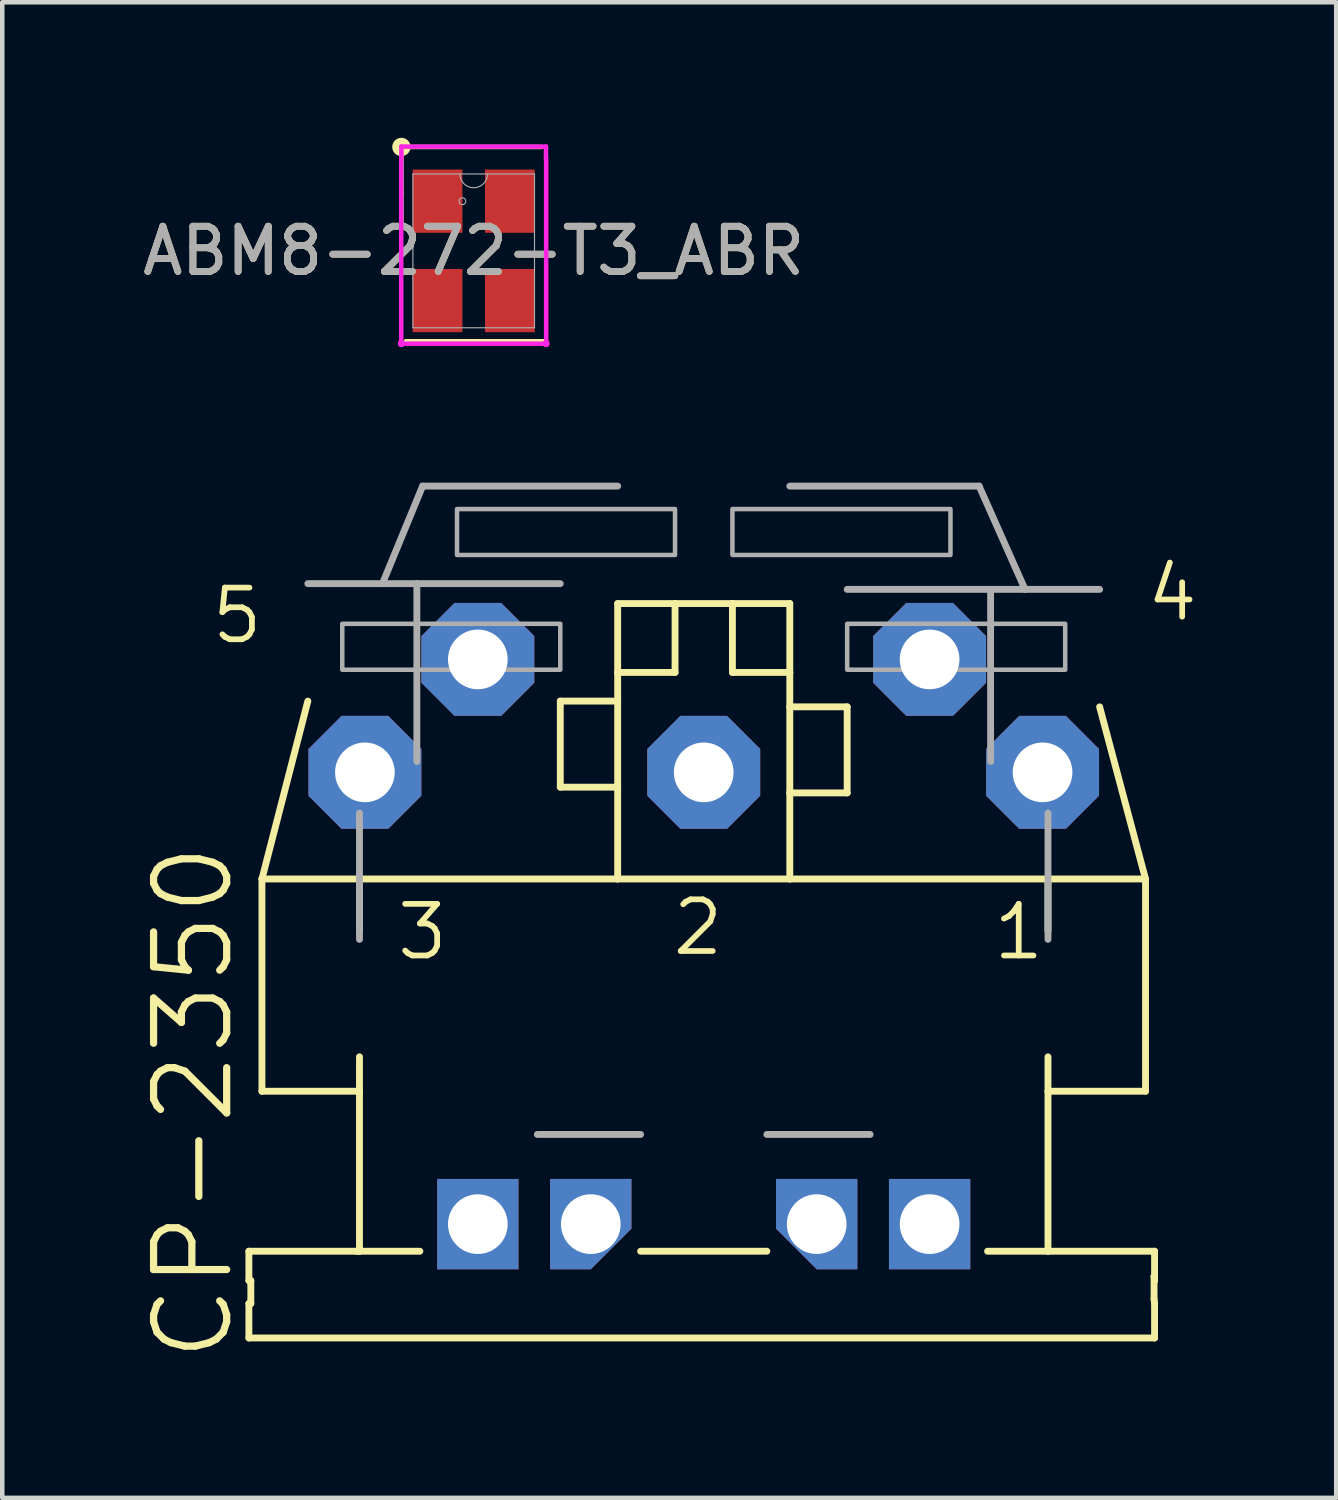
<source format=kicad_pcb>
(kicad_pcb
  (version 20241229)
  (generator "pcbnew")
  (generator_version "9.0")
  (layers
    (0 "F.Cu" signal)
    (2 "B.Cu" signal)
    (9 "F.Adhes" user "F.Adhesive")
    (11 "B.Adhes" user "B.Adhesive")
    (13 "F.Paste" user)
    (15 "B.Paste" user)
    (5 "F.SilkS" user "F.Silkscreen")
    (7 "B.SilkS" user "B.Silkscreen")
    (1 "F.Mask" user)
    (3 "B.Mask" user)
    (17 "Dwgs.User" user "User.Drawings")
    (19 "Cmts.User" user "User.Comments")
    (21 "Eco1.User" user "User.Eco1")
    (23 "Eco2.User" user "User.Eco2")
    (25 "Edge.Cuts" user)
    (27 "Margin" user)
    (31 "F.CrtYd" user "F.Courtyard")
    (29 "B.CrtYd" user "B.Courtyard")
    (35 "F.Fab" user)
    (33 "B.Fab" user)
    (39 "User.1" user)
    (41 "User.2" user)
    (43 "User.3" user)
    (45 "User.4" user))
  (footprint "ABM8-272-T3_ABR"
    (layer "F.Cu")
    (at 7.435 2.503)
    (property "Reference" "ABM8-272-T3_ABR" (at 0 0 0) (unlocked yes) (layer "F.SilkS") (effects (font (size 1 1) (thickness 0.15))))
    (attr smd)
    (fp_line (start -1.6 -2.3) (end -1.6 -1.3) (stroke (width 0.1) (type default)) (layer "F.SilkS"))
    (fp_line (start -1.6 -2.3) (end 1.5 -2.3) (stroke (width 0.1) (type default)) (layer "F.SilkS"))
    (fp_line (start -1.6 -1.3) (end -1.6 -0.5) (stroke (width 0.1) (type default)) (layer "F.SilkS"))
    (fp_line (start -1.5 2) (end 1.6 2) (stroke (width 0.1) (type default)) (layer "F.SilkS"))
    (fp_circle (center -1.6 -2.3) (end -1.473 -2.3) (stroke (width 0.152) (type solid)) (fill no) (layer "F.SilkS"))
    (fp_line (start -1.604 2.054) (end -1.604 -2.054) (stroke (width 0.1) (type solid)) (layer "F.CrtYd"))
    (fp_line (start -1.604 2.054) (end -1.6 2.054) (stroke (width 0.152) (type solid)) (layer "F.CrtYd"))
    (fp_line (start -1.6 -2.308) (end 1.6 -2.308) (stroke (width 0.1) (type solid)) (layer "F.CrtYd"))
    (fp_line (start -1.6 -2.054) (end -1.6 -2.308) (stroke (width 0.1) (type solid)) (layer "F.CrtYd"))
    (fp_line (start -1.6 2.054) (end -1.6 2.054) (stroke (width 0.152) (type solid)) (layer "F.CrtYd"))
    (fp_line (start 1.6 -2.308) (end 1.6 -2.054) (stroke (width 0.1) (type solid)) (layer "F.CrtYd"))
    (fp_line (start 1.6 2.054) (end -1.6 2.054) (stroke (width 0.1) (type solid)) (layer "F.CrtYd"))
    (fp_line (start 1.6 2.054) (end 1.6 2.054) (stroke (width 0.152) (type solid)) (layer "F.CrtYd"))
    (fp_line (start 1.604 -2.054) (end 1.604 2.054) (stroke (width 0.1) (type solid)) (layer "F.CrtYd"))
    (fp_line (start 1.604 2.054) (end 1.6 2.054) (stroke (width 0.152) (type solid)) (layer "F.CrtYd"))
    (fp_line (start -1.346 -1.702) (end -1.346 1.702) (stroke (width 0.025) (type solid)) (layer "F.Fab"))
    (fp_line (start -1.346 1.702) (end 1.346 1.702) (stroke (width 0.025) (type solid)) (layer "F.Fab"))
    (fp_line (start 1.346 -1.702) (end -1.346 -1.702) (stroke (width 0.025) (type solid)) (layer "F.Fab"))
    (fp_line (start 1.346 1.702) (end 1.346 -1.702) (stroke (width 0.025) (type solid)) (layer "F.Fab"))
    (fp_arc (start 0.3048 -1.7018) (mid 0 -1.397) (end -0.3048 -1.7018) (stroke (width 0.0254) (type solid)) (layer "F.Fab"))
    (fp_circle (center -0.25 -1.1) (end -0.174 -1.1) (stroke (width 0.025) (type solid)) (fill no) (layer "F.Fab"))
    (fp_text user "${REFERENCE}" (at 0 0 0) (unlocked yes) (layer "F.Fab") (effects (font (size 1 1) (thickness 0.15))))
    (pad "1" smd rect (at -0.8 -1.1) (size 1.1 1.4) (layers "F.Cu" "F.Mask" "F.Paste"))
    (pad "2" smd rect (at -0.8 1.1) (size 1.1 1.4) (layers "F.Cu" "F.Mask" "F.Paste"))
    (pad "3" smd rect (at 0.8 1.1) (size 1.1 1.4) (layers "F.Cu" "F.Mask" "F.Paste"))
    (pad "4" smd rect (at 0.8 -1.1) (size 1.1 1.4) (layers "F.Cu" "F.Mask" "F.Paste")))
  (footprint "CP-2350"
    (layer "F.Cu")
    (at 12.527 24.046)
    (property "Reference" "CP-2350" (at -11.3 -8.5 270) (layer "F.SilkS") (effects (font (size 1.618 1.618) (thickness 0.16)) (justify right)))
    (fp_line (start -10.068 1.25) (end -10.068 0.6) (stroke (width 0.152) (type solid)) (layer "F.SilkS"))
    (fp_line (start -10.068 1.25) (end -10.025 1.25) (stroke (width 0.152) (type solid)) (layer "F.SilkS"))
    (fp_line (start -10.068 2.52) (end -10.068 1.758) (stroke (width 0.152) (type solid)) (layer "F.SilkS"))
    (fp_line (start -10.068 2.52) (end 9.979 2.52) (stroke (width 0.152) (type solid)) (layer "F.SilkS"))
    (fp_line (start -10.025 1.758) (end -10.068 1.758) (stroke (width 0.152) (type solid)) (layer "F.SilkS"))
    (fp_line (start -10.025 1.758) (end -10.025 1.25) (stroke (width 0.152) (type solid)) (layer "F.SilkS"))
    (fp_line (start -9.779 -2.941) (end -9.779 -7.64) (stroke (width 0.152) (type solid)) (layer "F.SilkS"))
    (fp_line (start -9.779 -2.941) (end -7.62 -2.941) (stroke (width 0.152) (type solid)) (layer "F.SilkS"))
    (fp_line (start -8.763 -11.577) (end -9.779 -7.64) (stroke (width 0.152) (type solid)) (layer "F.SilkS"))
    (fp_line (start -7.693 0.6) (end -6.283 0.6) (stroke (width 0.152) (type solid)) (layer "F.SilkS"))
    (fp_line (start -7.62 -7.64) (end -9.779 -7.64) (stroke (width 0.152) (type solid)) (layer "F.SilkS"))
    (fp_line (start -7.62 -7.64) (end -7.62 -6.497) (stroke (width 0.152) (type solid)) (layer "F.SilkS"))
    (fp_line (start -7.62 -2.941) (end -7.62 -3.703) (stroke (width 0.152) (type solid)) (layer "F.SilkS"))
    (fp_line (start -7.62 0.6) (end -10.068 0.6) (stroke (width 0.152) (type solid)) (layer "F.SilkS"))
    (fp_line (start -7.62 0.6) (end -7.62 -2.941) (stroke (width 0.152) (type solid)) (layer "F.SilkS"))
    (fp_line (start -3.175 -11.577) (end -3.175 -9.672) (stroke (width 0.152) (type solid)) (layer "F.SilkS"))
    (fp_line (start -1.905 -13.736) (end -1.905 -12.212) (stroke (width 0.152) (type solid)) (layer "F.SilkS"))
    (fp_line (start -1.905 -12.212) (end -1.905 -11.577) (stroke (width 0.152) (type solid)) (layer "F.SilkS"))
    (fp_line (start -1.905 -12.212) (end -0.635 -12.212) (stroke (width 0.152) (type solid)) (layer "F.SilkS"))
    (fp_line (start -1.905 -11.577) (end -3.175 -11.577) (stroke (width 0.152) (type solid)) (layer "F.SilkS"))
    (fp_line (start -1.905 -11.577) (end -1.905 -9.672) (stroke (width 0.152) (type solid)) (layer "F.SilkS"))
    (fp_line (start -1.905 -9.672) (end -3.175 -9.672) (stroke (width 0.152) (type solid)) (layer "F.SilkS"))
    (fp_line (start -1.905 -9.672) (end -1.905 -7.64) (stroke (width 0.152) (type solid)) (layer "F.SilkS"))
    (fp_line (start -1.905 -7.64) (end -7.62 -7.64) (stroke (width 0.152) (type solid)) (layer "F.SilkS"))
    (fp_line (start -1.397 0.6) (end 1.397 0.6) (stroke (width 0.152) (type solid)) (layer "F.SilkS"))
    (fp_line (start -0.635 -13.736) (end -1.905 -13.736) (stroke (width 0.152) (type solid)) (layer "F.SilkS"))
    (fp_line (start -0.635 -13.736) (end -0.635 -12.212) (stroke (width 0.152) (type solid)) (layer "F.SilkS"))
    (fp_line (start 0.635 -13.736) (end -0.635 -13.736) (stroke (width 0.152) (type solid)) (layer "F.SilkS"))
    (fp_line (start 0.635 -13.736) (end 0.635 -12.212) (stroke (width 0.152) (type solid)) (layer "F.SilkS"))
    (fp_line (start 1.905 -13.736) (end 0.635 -13.736) (stroke (width 0.152) (type solid)) (layer "F.SilkS"))
    (fp_line (start 1.905 -13.736) (end 1.905 -12.212) (stroke (width 0.152) (type solid)) (layer "F.SilkS"))
    (fp_line (start 1.905 -12.212) (end 0.635 -12.212) (stroke (width 0.152) (type solid)) (layer "F.SilkS"))
    (fp_line (start 1.905 -12.212) (end 1.905 -11.45) (stroke (width 0.152) (type solid)) (layer "F.SilkS"))
    (fp_line (start 1.905 -11.45) (end 1.905 -9.545) (stroke (width 0.152) (type solid)) (layer "F.SilkS"))
    (fp_line (start 1.905 -9.545) (end 1.905 -7.64) (stroke (width 0.152) (type solid)) (layer "F.SilkS"))
    (fp_line (start 1.905 -9.545) (end 3.175 -9.545) (stroke (width 0.152) (type solid)) (layer "F.SilkS"))
    (fp_line (start 1.905 -7.64) (end -1.905 -7.64) (stroke (width 0.152) (type solid)) (layer "F.SilkS"))
    (fp_line (start 3.175 -11.45) (end 1.905 -11.45) (stroke (width 0.152) (type solid)) (layer "F.SilkS"))
    (fp_line (start 3.175 -11.45) (end 3.175 -9.545) (stroke (width 0.152) (type solid)) (layer "F.SilkS"))
    (fp_line (start 6.283 0.6) (end 7.62 0.6) (stroke (width 0.152) (type solid)) (layer "F.SilkS"))
    (fp_line (start 7.62 -7.64) (end 1.905 -7.64) (stroke (width 0.152) (type solid)) (layer "F.SilkS"))
    (fp_line (start 7.62 -7.64) (end 7.62 -6.497) (stroke (width 0.152) (type solid)) (layer "F.SilkS"))
    (fp_line (start 7.62 -2.941) (end 7.62 -3.703) (stroke (width 0.152) (type solid)) (layer "F.SilkS"))
    (fp_line (start 7.62 0.6) (end 7.62 -2.941) (stroke (width 0.152) (type solid)) (layer "F.SilkS"))
    (fp_line (start 8.763 -11.45) (end 9.779 -7.64) (stroke (width 0.152) (type solid)) (layer "F.SilkS"))
    (fp_line (start 9.779 -7.64) (end 7.62 -7.64) (stroke (width 0.152) (type solid)) (layer "F.SilkS"))
    (fp_line (start 9.779 -2.941) (end 7.62 -2.941) (stroke (width 0.152) (type solid)) (layer "F.SilkS"))
    (fp_line (start 9.779 -2.941) (end 9.779 -7.64) (stroke (width 0.152) (type solid)) (layer "F.SilkS"))
    (fp_line (start 9.968 1.15) (end 9.979 1.25) (stroke (width 0.152) (type solid)) (layer "F.SilkS"))
    (fp_line (start 9.968 1.658) (end 9.968 1.15) (stroke (width 0.152) (type solid)) (layer "F.SilkS"))
    (fp_line (start 9.968 1.658) (end 9.979 1.758) (stroke (width 0.152) (type solid)) (layer "F.SilkS"))
    (fp_line (start 9.979 0.6) (end 7.62 0.6) (stroke (width 0.152) (type solid)) (layer "F.SilkS"))
    (fp_line (start 9.979 0.6) (end 9.979 1.25) (stroke (width 0.152) (type solid)) (layer "F.SilkS"))
    (fp_line (start 9.979 2.52) (end 9.979 1.758) (stroke (width 0.152) (type solid)) (layer "F.SilkS"))
    (fp_line (start -8.763 -14.177) (end -7.112 -14.177) (stroke (width 0.152) (type solid)) (layer "F.Fab"))
    (fp_line (start -7.62 -9.097) (end -7.62 -6.303) (stroke (width 0.152) (type solid)) (layer "F.Fab"))
    (fp_line (start -7.112 -14.177) (end -6.223 -16.336) (stroke (width 0.152) (type solid)) (layer "F.Fab"))
    (fp_line (start -6.35 -14.177) (end -7.112 -14.177) (stroke (width 0.152) (type solid)) (layer "F.Fab"))
    (fp_line (start -6.35 -14.177) (end -6.35 -10.24) (stroke (width 0.152) (type solid)) (layer "F.Fab"))
    (fp_line (start -3.175 -14.177) (end -6.35 -14.177) (stroke (width 0.152) (type solid)) (layer "F.Fab"))
    (fp_line (start -1.905 -16.336) (end -6.223 -16.336) (stroke (width 0.152) (type solid)) (layer "F.Fab"))
    (fp_line (start -1.397 -1.985) (end -3.683 -1.985) (stroke (width 0.152) (type solid)) (layer "F.Fab"))
    (fp_line (start 3.683 -1.985) (end 1.397 -1.985) (stroke (width 0.152) (type solid)) (layer "F.Fab"))
    (fp_line (start 6.096 -16.336) (end 1.905 -16.336) (stroke (width 0.152) (type solid)) (layer "F.Fab"))
    (fp_line (start 6.096 -16.336) (end 7.112 -14.05) (stroke (width 0.152) (type solid)) (layer "F.Fab"))
    (fp_line (start 6.35 -14.05) (end 3.175 -14.05) (stroke (width 0.152) (type solid)) (layer "F.Fab"))
    (fp_line (start 6.35 -14.05) (end 6.35 -10.24) (stroke (width 0.152) (type solid)) (layer "F.Fab"))
    (fp_line (start 7.112 -14.05) (end 6.35 -14.05) (stroke (width 0.152) (type solid)) (layer "F.Fab"))
    (fp_line (start 7.62 -9.097) (end 7.62 -6.303) (stroke (width 0.152) (type solid)) (layer "F.Fab"))
    (fp_line (start 8.763 -14.05) (end 7.112 -14.05) (stroke (width 0.152) (type solid)) (layer "F.Fab"))
    (fp_poly (pts (xy -8.001 -12.272) (xy -3.175 -12.272) (xy -3.175 -13.288) (xy -8.001 -13.288)) (stroke (width 0.1) (type default)) (fill no) (layer "F.Fab"))
    (fp_poly (pts (xy -5.461 -14.812) (xy -0.635 -14.812) (xy -0.635 -15.828) (xy -5.461 -15.828)) (stroke (width 0.1) (type default)) (fill no) (layer "F.Fab"))
    (fp_poly (pts (xy 0.635 -14.812) (xy 5.461 -14.812) (xy 5.461 -15.828) (xy 0.635 -15.828)) (stroke (width 0.1) (type default)) (fill no) (layer "F.Fab"))
    (fp_poly (pts (xy 3.175 -12.272) (xy 8.001 -12.272) (xy 8.001 -13.288) (xy 3.175 -13.288)) (stroke (width 0.1) (type default)) (fill no) (layer "F.Fab"))
    (fp_text user "4" (at 11 -13.3 180) (layer "F.SilkS") (effects (font (size 1.143 1.143) (thickness 0.127)) (justify right bottom)))
    (fp_text user "5" (at -9.7 -12.8 180) (layer "F.SilkS") (effects (font (size 1.143 1.143) (thickness 0.127)) (justify right bottom)))
    (fp_text user "3" (at -5.6 -5.8 180) (layer "F.SilkS") (effects (font (size 1.143 1.143) (thickness 0.127)) (justify right bottom)))
    (fp_text user "1" (at 7.6 -5.8 180) (layer "F.SilkS") (effects (font (size 1.143 1.143) (thickness 0.127)) (justify right bottom)))
    (fp_text user "2" (at 0.5 -5.9 180) (layer "F.SilkS") (effects (font (size 1.143 1.143) (thickness 0.127)) (justify right bottom)))
    (pad "1" thru_hole roundrect (at 7.5 -10) (size 2.5 2.5) (drill 1.321) (layers "*.Cu" "*.Mask") (roundrect_rratio 0.25) (chamfer_ratio 0.293) (chamfer top_left top_right bottom_left bottom_right))
    (pad "2" thru_hole roundrect (at 0 -10 90) (size 2.5 2.5) (drill 1.321) (layers "*.Cu" "*.Mask") (roundrect_rratio 0.25) (chamfer_ratio 0.293) (chamfer top_left top_right bottom_left bottom_right))
    (pad "3" thru_hole roundrect (at -7.5 -10) (size 2.5 2.5) (drill 1.321) (layers "*.Cu" "*.Mask") (roundrect_rratio 0.25) (chamfer_ratio 0.293) (chamfer top_left top_right bottom_left bottom_right))
    (pad "4" thru_hole roundrect (at 5 -12.5) (size 2.5 2.5) (drill 1.321) (layers "*.Cu" "*.Mask") (roundrect_rratio 0.25) (chamfer_ratio 0.293) (chamfer top_left top_right bottom_left bottom_right))
    (pad "5" thru_hole roundrect (at -5 -12.5) (size 2.5 2.5) (drill 1.321) (layers "*.Cu" "*.Mask") (roundrect_rratio 0.25) (chamfer_ratio 0.293) (chamfer top_left top_right bottom_left bottom_right))
    (pad "PE" thru_hole roundrect (at -2.5 0) (size 1.8 2) (drill 1.321) (layers "*.Cu" "*.Mask") (roundrect_rratio 0) (chamfer_ratio 0.5) (chamfer bottom_right))
    (pad "PE1" thru_hole rect (at -5 0) (size 1.8 2) (drill 1.321) (layers "*.Cu" "*.Mask"))
    (pad "PE2" thru_hole rect (at 5 0) (size 1.8 2) (drill 1.321) (layers "*.Cu" "*.Mask"))
    (pad "PE@" thru_hole roundrect (at 2.5 0) (size 1.8 2) (drill 1.321) (layers "*.Cu" "*.Mask") (roundrect_rratio 0) (chamfer_ratio 0.5) (chamfer bottom_left)))
  (gr_rect
    (start -3 -3)
    (end 26.527 30.105)
    (stroke (width 0.1) (type default))
    (fill no)
    (layer "Edge.Cuts")))
</source>
